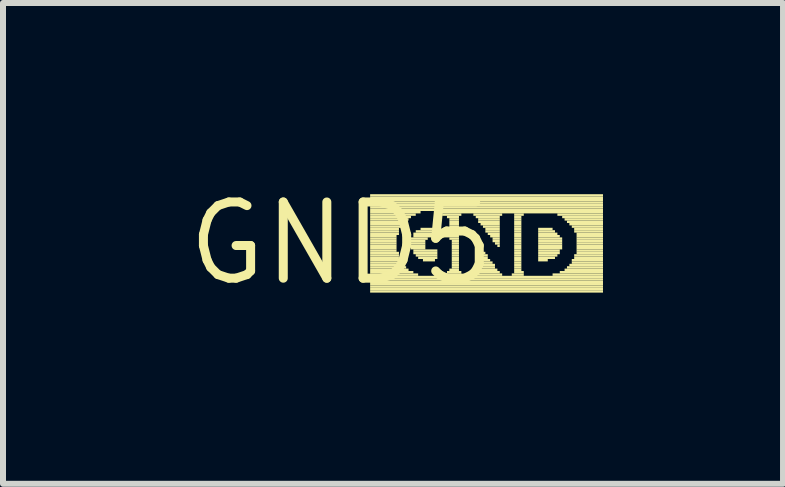
<source format=kicad_pcb>
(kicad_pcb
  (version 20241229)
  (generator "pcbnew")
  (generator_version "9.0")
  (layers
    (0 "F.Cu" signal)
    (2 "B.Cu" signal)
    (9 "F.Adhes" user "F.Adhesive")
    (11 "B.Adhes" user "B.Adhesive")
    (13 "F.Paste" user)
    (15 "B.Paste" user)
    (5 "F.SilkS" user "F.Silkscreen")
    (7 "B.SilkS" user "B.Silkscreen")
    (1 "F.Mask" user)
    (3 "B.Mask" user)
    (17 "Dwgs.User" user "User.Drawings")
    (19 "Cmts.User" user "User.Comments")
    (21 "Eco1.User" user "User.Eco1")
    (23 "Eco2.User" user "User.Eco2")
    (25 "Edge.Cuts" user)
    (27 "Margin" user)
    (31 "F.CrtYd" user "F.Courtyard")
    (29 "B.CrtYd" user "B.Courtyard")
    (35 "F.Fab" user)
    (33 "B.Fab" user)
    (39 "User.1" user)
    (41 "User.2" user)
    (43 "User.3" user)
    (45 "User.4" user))
  (footprint "GND5"
    (layer "F.Cu")
    (at 2.638 1.006)
    (property "Reference" "GND5" (at 0 0 0) (layer "F.SilkS") (effects (font (size 1.27 1.27) (thickness 0.15))))
    (attr through_hole)
    (fp_poly (pts (xy 0.48 -0.78) (xy 4.36 -0.78) (xy 4.36 -0.82) (xy 0.48 -0.82)) (stroke (width 0) (type solid)) (fill yes) (layer "F.SilkS"))
    (fp_poly (pts (xy 0.48 -0.74) (xy 4.36 -0.74) (xy 4.36 -0.78) (xy 0.48 -0.78)) (stroke (width 0) (type solid)) (fill yes) (layer "F.SilkS"))
    (fp_poly (pts (xy 0.48 -0.7) (xy 4.36 -0.7) (xy 4.36 -0.74) (xy 0.48 -0.74)) (stroke (width 0) (type solid)) (fill yes) (layer "F.SilkS"))
    (fp_poly (pts (xy 0.48 -0.66) (xy 4.36 -0.66) (xy 4.36 -0.7) (xy 0.48 -0.7)) (stroke (width 0) (type solid)) (fill yes) (layer "F.SilkS"))
    (fp_poly (pts (xy 0.48 -0.62) (xy 4.36 -0.62) (xy 4.36 -0.66) (xy 0.48 -0.66)) (stroke (width 0) (type solid)) (fill yes) (layer "F.SilkS"))
    (fp_poly (pts (xy 0.48 -0.58) (xy 4.36 -0.58) (xy 4.36 -0.62) (xy 0.48 -0.62)) (stroke (width 0) (type solid)) (fill yes) (layer "F.SilkS"))
    (fp_poly (pts (xy 0.48 -0.54) (xy 4.36 -0.54) (xy 4.36 -0.58) (xy 0.48 -0.58)) (stroke (width 0) (type solid)) (fill yes) (layer "F.SilkS"))
    (fp_poly (pts (xy 0.48 -0.5) (xy 1.32 -0.5) (xy 1.32 -0.54) (xy 0.48 -0.54)) (stroke (width 0) (type solid)) (fill yes) (layer "F.SilkS"))
    (fp_poly (pts (xy 0.48 -0.46) (xy 1.24 -0.46) (xy 1.24 -0.5) (xy 0.48 -0.5)) (stroke (width 0) (type solid)) (fill yes) (layer "F.SilkS"))
    (fp_poly (pts (xy 0.48 -0.42) (xy 1.16 -0.42) (xy 1.16 -0.46) (xy 0.48 -0.46)) (stroke (width 0) (type solid)) (fill yes) (layer "F.SilkS"))
    (fp_poly (pts (xy 0.48 -0.38) (xy 1.12 -0.38) (xy 1.12 -0.42) (xy 0.48 -0.42)) (stroke (width 0) (type solid)) (fill yes) (layer "F.SilkS"))
    (fp_poly (pts (xy 0.48 -0.34) (xy 1.04 -0.34) (xy 1.04 -0.38) (xy 0.48 -0.38)) (stroke (width 0) (type solid)) (fill yes) (layer "F.SilkS"))
    (fp_poly (pts (xy 0.48 -0.3) (xy 1.04 -0.3) (xy 1.04 -0.34) (xy 0.48 -0.34)) (stroke (width 0) (type solid)) (fill yes) (layer "F.SilkS"))
    (fp_poly (pts (xy 0.48 -0.26) (xy 1 -0.26) (xy 1 -0.3) (xy 0.48 -0.3)) (stroke (width 0) (type solid)) (fill yes) (layer "F.SilkS"))
    (fp_poly (pts (xy 0.48 -0.22) (xy 0.96 -0.22) (xy 0.96 -0.26) (xy 0.48 -0.26)) (stroke (width 0) (type solid)) (fill yes) (layer "F.SilkS"))
    (fp_poly (pts (xy 0.48 -0.18) (xy 0.96 -0.18) (xy 0.96 -0.22) (xy 0.48 -0.22)) (stroke (width 0) (type solid)) (fill yes) (layer "F.SilkS"))
    (fp_poly (pts (xy 0.48 -0.14) (xy 0.96 -0.14) (xy 0.96 -0.18) (xy 0.48 -0.18)) (stroke (width 0) (type solid)) (fill yes) (layer "F.SilkS"))
    (fp_poly (pts (xy 0.48 -0.1) (xy 0.92 -0.1) (xy 0.92 -0.14) (xy 0.48 -0.14)) (stroke (width 0) (type solid)) (fill yes) (layer "F.SilkS"))
    (fp_poly (pts (xy 0.48 -0.06) (xy 0.92 -0.06) (xy 0.92 -0.1) (xy 0.48 -0.1)) (stroke (width 0) (type solid)) (fill yes) (layer "F.SilkS"))
    (fp_poly (pts (xy 0.48 -0.02) (xy 0.92 -0.02) (xy 0.92 -0.06) (xy 0.48 -0.06)) (stroke (width 0) (type solid)) (fill yes) (layer "F.SilkS"))
    (fp_poly (pts (xy 0.48 0.02) (xy 0.92 0.02) (xy 0.92 -0.02) (xy 0.48 -0.02)) (stroke (width 0) (type solid)) (fill yes) (layer "F.SilkS"))
    (fp_poly (pts (xy 0.48 0.06) (xy 0.92 0.06) (xy 0.92 0.02) (xy 0.48 0.02)) (stroke (width 0) (type solid)) (fill yes) (layer "F.SilkS"))
    (fp_poly (pts (xy 0.48 0.1) (xy 0.92 0.1) (xy 0.92 0.06) (xy 0.48 0.06)) (stroke (width 0) (type solid)) (fill yes) (layer "F.SilkS"))
    (fp_poly (pts (xy 0.48 0.14) (xy 0.92 0.14) (xy 0.92 0.1) (xy 0.48 0.1)) (stroke (width 0) (type solid)) (fill yes) (layer "F.SilkS"))
    (fp_poly (pts (xy 0.48 0.18) (xy 0.96 0.18) (xy 0.96 0.14) (xy 0.48 0.14)) (stroke (width 0) (type solid)) (fill yes) (layer "F.SilkS"))
    (fp_poly (pts (xy 0.48 0.22) (xy 0.96 0.22) (xy 0.96 0.18) (xy 0.48 0.18)) (stroke (width 0) (type solid)) (fill yes) (layer "F.SilkS"))
    (fp_poly (pts (xy 0.48 0.26) (xy 0.96 0.26) (xy 0.96 0.22) (xy 0.48 0.22)) (stroke (width 0) (type solid)) (fill yes) (layer "F.SilkS"))
    (fp_poly (pts (xy 0.48 0.3) (xy 1 0.3) (xy 1 0.26) (xy 0.48 0.26)) (stroke (width 0) (type solid)) (fill yes) (layer "F.SilkS"))
    (fp_poly (pts (xy 0.48 0.34) (xy 1 0.34) (xy 1 0.3) (xy 0.48 0.3)) (stroke (width 0) (type solid)) (fill yes) (layer "F.SilkS"))
    (fp_poly (pts (xy 0.48 0.38) (xy 1.04 0.38) (xy 1.04 0.34) (xy 0.48 0.34)) (stroke (width 0) (type solid)) (fill yes) (layer "F.SilkS"))
    (fp_poly (pts (xy 0.48 0.42) (xy 1.08 0.42) (xy 1.08 0.38) (xy 0.48 0.38)) (stroke (width 0) (type solid)) (fill yes) (layer "F.SilkS"))
    (fp_poly (pts (xy 0.48 0.46) (xy 1.12 0.46) (xy 1.12 0.42) (xy 0.48 0.42)) (stroke (width 0) (type solid)) (fill yes) (layer "F.SilkS"))
    (fp_poly (pts (xy 0.48 0.5) (xy 1.2 0.5) (xy 1.2 0.46) (xy 0.48 0.46)) (stroke (width 0) (type solid)) (fill yes) (layer "F.SilkS"))
    (fp_poly (pts (xy 0.48 0.54) (xy 1.28 0.54) (xy 1.28 0.5) (xy 0.48 0.5)) (stroke (width 0) (type solid)) (fill yes) (layer "F.SilkS"))
    (fp_poly (pts (xy 0.48 0.58) (xy 4.36 0.58) (xy 4.36 0.54) (xy 0.48 0.54)) (stroke (width 0) (type solid)) (fill yes) (layer "F.SilkS"))
    (fp_poly (pts (xy 0.48 0.62) (xy 4.36 0.62) (xy 4.36 0.58) (xy 0.48 0.58)) (stroke (width 0) (type solid)) (fill yes) (layer "F.SilkS"))
    (fp_poly (pts (xy 0.48 0.66) (xy 4.36 0.66) (xy 4.36 0.62) (xy 0.48 0.62)) (stroke (width 0) (type solid)) (fill yes) (layer "F.SilkS"))
    (fp_poly (pts (xy 0.48 0.7) (xy 4.36 0.7) (xy 4.36 0.66) (xy 0.48 0.66)) (stroke (width 0) (type solid)) (fill yes) (layer "F.SilkS"))
    (fp_poly (pts (xy 0.48 0.74) (xy 4.36 0.74) (xy 4.36 0.7) (xy 0.48 0.7)) (stroke (width 0) (type solid)) (fill yes) (layer "F.SilkS"))
    (fp_poly (pts (xy 0.48 0.78) (xy 4.36 0.78) (xy 4.36 0.74) (xy 0.48 0.74)) (stroke (width 0) (type solid)) (fill yes) (layer "F.SilkS"))
    (fp_poly (pts (xy 0.48 0.82) (xy 4.36 0.82) (xy 4.36 0.78) (xy 0.48 0.78)) (stroke (width 0) (type solid)) (fill yes) (layer "F.SilkS"))
    (fp_poly (pts (xy 1.16 -0.06) (xy 1.44 -0.06) (xy 1.44 -0.1) (xy 1.16 -0.1)) (stroke (width 0) (type solid)) (fill yes) (layer "F.SilkS"))
    (fp_poly (pts (xy 1.16 -0.02) (xy 1.4 -0.02) (xy 1.4 -0.06) (xy 1.16 -0.06)) (stroke (width 0) (type solid)) (fill yes) (layer "F.SilkS"))
    (fp_poly (pts (xy 1.16 0.02) (xy 1.4 0.02) (xy 1.4 -0.02) (xy 1.16 -0.02)) (stroke (width 0) (type solid)) (fill yes) (layer "F.SilkS"))
    (fp_poly (pts (xy 1.16 0.06) (xy 1.4 0.06) (xy 1.4 0.02) (xy 1.16 0.02)) (stroke (width 0) (type solid)) (fill yes) (layer "F.SilkS"))
    (fp_poly (pts (xy 1.16 0.1) (xy 1.4 0.1) (xy 1.4 0.06) (xy 1.16 0.06)) (stroke (width 0) (type solid)) (fill yes) (layer "F.SilkS"))
    (fp_poly (pts (xy 1.2 -0.14) (xy 1.96 -0.14) (xy 1.96 -0.18) (xy 1.2 -0.18)) (stroke (width 0) (type solid)) (fill yes) (layer "F.SilkS"))
    (fp_poly (pts (xy 1.2 -0.1) (xy 1.96 -0.1) (xy 1.96 -0.14) (xy 1.2 -0.14)) (stroke (width 0) (type solid)) (fill yes) (layer "F.SilkS"))
    (fp_poly (pts (xy 1.2 0.14) (xy 1.6 0.14) (xy 1.6 0.1) (xy 1.2 0.1)) (stroke (width 0) (type solid)) (fill yes) (layer "F.SilkS"))
    (fp_poly (pts (xy 1.2 0.18) (xy 1.6 0.18) (xy 1.6 0.14) (xy 1.2 0.14)) (stroke (width 0) (type solid)) (fill yes) (layer "F.SilkS"))
    (fp_poly (pts (xy 1.24 -0.18) (xy 1.96 -0.18) (xy 1.96 -0.22) (xy 1.24 -0.22)) (stroke (width 0) (type solid)) (fill yes) (layer "F.SilkS"))
    (fp_poly (pts (xy 1.24 0.22) (xy 1.6 0.22) (xy 1.6 0.18) (xy 1.24 0.18)) (stroke (width 0) (type solid)) (fill yes) (layer "F.SilkS"))
    (fp_poly (pts (xy 1.28 0.26) (xy 1.6 0.26) (xy 1.6 0.22) (xy 1.28 0.22)) (stroke (width 0) (type solid)) (fill yes) (layer "F.SilkS"))
    (fp_poly (pts (xy 1.32 -0.22) (xy 1.6 -0.22) (xy 1.6 -0.26) (xy 1.32 -0.26)) (stroke (width 0) (type solid)) (fill yes) (layer "F.SilkS"))
    (fp_poly (pts (xy 1.36 0.3) (xy 1.56 0.3) (xy 1.56 0.26) (xy 1.36 0.26)) (stroke (width 0) (type solid)) (fill yes) (layer "F.SilkS"))
    (fp_poly (pts (xy 1.56 -0.5) (xy 4.36 -0.5) (xy 4.36 -0.54) (xy 1.56 -0.54)) (stroke (width 0) (type solid)) (fill yes) (layer "F.SilkS"))
    (fp_poly (pts (xy 1.68 -0.46) (xy 2 -0.46) (xy 2 -0.5) (xy 1.68 -0.5)) (stroke (width 0) (type solid)) (fill yes) (layer "F.SilkS"))
    (fp_poly (pts (xy 1.68 0.54) (xy 2 0.54) (xy 2 0.5) (xy 1.68 0.5)) (stroke (width 0) (type solid)) (fill yes) (layer "F.SilkS"))
    (fp_poly (pts (xy 1.76 -0.42) (xy 1.96 -0.42) (xy 1.96 -0.46) (xy 1.76 -0.46)) (stroke (width 0) (type solid)) (fill yes) (layer "F.SilkS"))
    (fp_poly (pts (xy 1.76 -0.22) (xy 1.96 -0.22) (xy 1.96 -0.26) (xy 1.76 -0.26)) (stroke (width 0) (type solid)) (fill yes) (layer "F.SilkS"))
    (fp_poly (pts (xy 1.76 0.5) (xy 2 0.5) (xy 2 0.46) (xy 1.76 0.46)) (stroke (width 0) (type solid)) (fill yes) (layer "F.SilkS"))
    (fp_poly (pts (xy 1.8 -0.38) (xy 1.96 -0.38) (xy 1.96 -0.42) (xy 1.8 -0.42)) (stroke (width 0) (type solid)) (fill yes) (layer "F.SilkS"))
    (fp_poly (pts (xy 1.8 -0.34) (xy 1.96 -0.34) (xy 1.96 -0.38) (xy 1.8 -0.38)) (stroke (width 0) (type solid)) (fill yes) (layer "F.SilkS"))
    (fp_poly (pts (xy 1.8 -0.3) (xy 1.96 -0.3) (xy 1.96 -0.34) (xy 1.8 -0.34)) (stroke (width 0) (type solid)) (fill yes) (layer "F.SilkS"))
    (fp_poly (pts (xy 1.8 -0.26) (xy 1.96 -0.26) (xy 1.96 -0.3) (xy 1.8 -0.3)) (stroke (width 0) (type solid)) (fill yes) (layer "F.SilkS"))
    (fp_poly (pts (xy 1.8 -0.06) (xy 1.96 -0.06) (xy 1.96 -0.1) (xy 1.8 -0.1)) (stroke (width 0) (type solid)) (fill yes) (layer "F.SilkS"))
    (fp_poly (pts (xy 1.8 0.46) (xy 1.96 0.46) (xy 1.96 0.42) (xy 1.8 0.42)) (stroke (width 0) (type solid)) (fill yes) (layer "F.SilkS"))
    (fp_poly (pts (xy 1.84 -0.02) (xy 1.96 -0.02) (xy 1.96 -0.06) (xy 1.84 -0.06)) (stroke (width 0) (type solid)) (fill yes) (layer "F.SilkS"))
    (fp_poly (pts (xy 1.84 0.02) (xy 1.96 0.02) (xy 1.96 -0.02) (xy 1.84 -0.02)) (stroke (width 0) (type solid)) (fill yes) (layer "F.SilkS"))
    (fp_poly (pts (xy 1.84 0.06) (xy 1.96 0.06) (xy 1.96 0.02) (xy 1.84 0.02)) (stroke (width 0) (type solid)) (fill yes) (layer "F.SilkS"))
    (fp_poly (pts (xy 1.84 0.1) (xy 1.96 0.1) (xy 1.96 0.06) (xy 1.84 0.06)) (stroke (width 0) (type solid)) (fill yes) (layer "F.SilkS"))
    (fp_poly (pts (xy 1.84 0.14) (xy 1.96 0.14) (xy 1.96 0.1) (xy 1.84 0.1)) (stroke (width 0) (type solid)) (fill yes) (layer "F.SilkS"))
    (fp_poly (pts (xy 1.84 0.18) (xy 1.96 0.18) (xy 1.96 0.14) (xy 1.84 0.14)) (stroke (width 0) (type solid)) (fill yes) (layer "F.SilkS"))
    (fp_poly (pts (xy 1.84 0.22) (xy 1.96 0.22) (xy 1.96 0.18) (xy 1.84 0.18)) (stroke (width 0) (type solid)) (fill yes) (layer "F.SilkS"))
    (fp_poly (pts (xy 1.84 0.26) (xy 1.96 0.26) (xy 1.96 0.22) (xy 1.84 0.22)) (stroke (width 0) (type solid)) (fill yes) (layer "F.SilkS"))
    (fp_poly (pts (xy 1.84 0.3) (xy 1.96 0.3) (xy 1.96 0.26) (xy 1.84 0.26)) (stroke (width 0) (type solid)) (fill yes) (layer "F.SilkS"))
    (fp_poly (pts (xy 1.84 0.34) (xy 1.96 0.34) (xy 1.96 0.3) (xy 1.84 0.3)) (stroke (width 0) (type solid)) (fill yes) (layer "F.SilkS"))
    (fp_poly (pts (xy 1.84 0.38) (xy 1.96 0.38) (xy 1.96 0.34) (xy 1.84 0.34)) (stroke (width 0) (type solid)) (fill yes) (layer "F.SilkS"))
    (fp_poly (pts (xy 1.84 0.42) (xy 1.96 0.42) (xy 1.96 0.38) (xy 1.84 0.38)) (stroke (width 0) (type solid)) (fill yes) (layer "F.SilkS"))
    (fp_poly (pts (xy 2.2 -0.46) (xy 2.68 -0.46) (xy 2.68 -0.5) (xy 2.2 -0.5)) (stroke (width 0) (type solid)) (fill yes) (layer "F.SilkS"))
    (fp_poly (pts (xy 2.2 0.5) (xy 2.64 0.5) (xy 2.64 0.46) (xy 2.2 0.46)) (stroke (width 0) (type solid)) (fill yes) (layer "F.SilkS"))
    (fp_poly (pts (xy 2.2 0.54) (xy 2.68 0.54) (xy 2.68 0.5) (xy 2.2 0.5)) (stroke (width 0) (type solid)) (fill yes) (layer "F.SilkS"))
    (fp_poly (pts (xy 2.24 -0.42) (xy 2.64 -0.42) (xy 2.64 -0.46) (xy 2.24 -0.46)) (stroke (width 0) (type solid)) (fill yes) (layer "F.SilkS"))
    (fp_poly (pts (xy 2.24 0.02) (xy 2.28 0.02) (xy 2.28 -0.02) (xy 2.24 -0.02)) (stroke (width 0) (type solid)) (fill yes) (layer "F.SilkS"))
    (fp_poly (pts (xy 2.24 0.06) (xy 2.32 0.06) (xy 2.32 0.02) (xy 2.24 0.02)) (stroke (width 0) (type solid)) (fill yes) (layer "F.SilkS"))
    (fp_poly (pts (xy 2.24 0.1) (xy 2.32 0.1) (xy 2.32 0.06) (xy 2.24 0.06)) (stroke (width 0) (type solid)) (fill yes) (layer "F.SilkS"))
    (fp_poly (pts (xy 2.24 0.14) (xy 2.36 0.14) (xy 2.36 0.1) (xy 2.24 0.1)) (stroke (width 0) (type solid)) (fill yes) (layer "F.SilkS"))
    (fp_poly (pts (xy 2.24 0.18) (xy 2.4 0.18) (xy 2.4 0.14) (xy 2.24 0.14)) (stroke (width 0) (type solid)) (fill yes) (layer "F.SilkS"))
    (fp_poly (pts (xy 2.24 0.22) (xy 2.44 0.22) (xy 2.44 0.18) (xy 2.24 0.18)) (stroke (width 0) (type solid)) (fill yes) (layer "F.SilkS"))
    (fp_poly (pts (xy 2.24 0.26) (xy 2.44 0.26) (xy 2.44 0.22) (xy 2.24 0.22)) (stroke (width 0) (type solid)) (fill yes) (layer "F.SilkS"))
    (fp_poly (pts (xy 2.24 0.3) (xy 2.48 0.3) (xy 2.48 0.26) (xy 2.24 0.26)) (stroke (width 0) (type solid)) (fill yes) (layer "F.SilkS"))
    (fp_poly (pts (xy 2.24 0.34) (xy 2.52 0.34) (xy 2.52 0.3) (xy 2.24 0.3)) (stroke (width 0) (type solid)) (fill yes) (layer "F.SilkS"))
    (fp_poly (pts (xy 2.24 0.38) (xy 2.56 0.38) (xy 2.56 0.34) (xy 2.24 0.34)) (stroke (width 0) (type solid)) (fill yes) (layer "F.SilkS"))
    (fp_poly (pts (xy 2.24 0.42) (xy 2.56 0.42) (xy 2.56 0.38) (xy 2.24 0.38)) (stroke (width 0) (type solid)) (fill yes) (layer "F.SilkS"))
    (fp_poly (pts (xy 2.24 0.46) (xy 2.6 0.46) (xy 2.6 0.42) (xy 2.24 0.42)) (stroke (width 0) (type solid)) (fill yes) (layer "F.SilkS"))
    (fp_poly (pts (xy 2.28 -0.38) (xy 2.64 -0.38) (xy 2.64 -0.42) (xy 2.28 -0.42)) (stroke (width 0) (type solid)) (fill yes) (layer "F.SilkS"))
    (fp_poly (pts (xy 2.28 -0.34) (xy 2.64 -0.34) (xy 2.64 -0.38) (xy 2.28 -0.38)) (stroke (width 0) (type solid)) (fill yes) (layer "F.SilkS"))
    (fp_poly (pts (xy 2.32 -0.3) (xy 2.64 -0.3) (xy 2.64 -0.34) (xy 2.32 -0.34)) (stroke (width 0) (type solid)) (fill yes) (layer "F.SilkS"))
    (fp_poly (pts (xy 2.36 -0.26) (xy 2.64 -0.26) (xy 2.64 -0.3) (xy 2.36 -0.3)) (stroke (width 0) (type solid)) (fill yes) (layer "F.SilkS"))
    (fp_poly (pts (xy 2.4 -0.22) (xy 2.64 -0.22) (xy 2.64 -0.26) (xy 2.4 -0.26)) (stroke (width 0) (type solid)) (fill yes) (layer "F.SilkS"))
    (fp_poly (pts (xy 2.4 -0.18) (xy 2.64 -0.18) (xy 2.64 -0.22) (xy 2.4 -0.22)) (stroke (width 0) (type solid)) (fill yes) (layer "F.SilkS"))
    (fp_poly (pts (xy 2.44 -0.14) (xy 2.64 -0.14) (xy 2.64 -0.18) (xy 2.44 -0.18)) (stroke (width 0) (type solid)) (fill yes) (layer "F.SilkS"))
    (fp_poly (pts (xy 2.48 -0.1) (xy 2.64 -0.1) (xy 2.64 -0.14) (xy 2.48 -0.14)) (stroke (width 0) (type solid)) (fill yes) (layer "F.SilkS"))
    (fp_poly (pts (xy 2.52 -0.06) (xy 2.64 -0.06) (xy 2.64 -0.1) (xy 2.52 -0.1)) (stroke (width 0) (type solid)) (fill yes) (layer "F.SilkS"))
    (fp_poly (pts (xy 2.52 -0.02) (xy 2.64 -0.02) (xy 2.64 -0.06) (xy 2.52 -0.06)) (stroke (width 0) (type solid)) (fill yes) (layer "F.SilkS"))
    (fp_poly (pts (xy 2.56 0.02) (xy 2.64 0.02) (xy 2.64 -0.02) (xy 2.56 -0.02)) (stroke (width 0) (type solid)) (fill yes) (layer "F.SilkS"))
    (fp_poly (pts (xy 2.6 0.06) (xy 2.64 0.06) (xy 2.64 0.02) (xy 2.6 0.02)) (stroke (width 0) (type solid)) (fill yes) (layer "F.SilkS"))
    (fp_poly (pts (xy 2.84 0.54) (xy 3.04 0.54) (xy 3.04 0.5) (xy 2.84 0.5)) (stroke (width 0) (type solid)) (fill yes) (layer "F.SilkS"))
    (fp_poly (pts (xy 2.88 -0.46) (xy 3.04 -0.46) (xy 3.04 -0.5) (xy 2.88 -0.5)) (stroke (width 0) (type solid)) (fill yes) (layer "F.SilkS"))
    (fp_poly (pts (xy 2.88 -0.42) (xy 3 -0.42) (xy 3 -0.46) (xy 2.88 -0.46)) (stroke (width 0) (type solid)) (fill yes) (layer "F.SilkS"))
    (fp_poly (pts (xy 2.88 -0.38) (xy 3 -0.38) (xy 3 -0.42) (xy 2.88 -0.42)) (stroke (width 0) (type solid)) (fill yes) (layer "F.SilkS"))
    (fp_poly (pts (xy 2.88 -0.34) (xy 3 -0.34) (xy 3 -0.38) (xy 2.88 -0.38)) (stroke (width 0) (type solid)) (fill yes) (layer "F.SilkS"))
    (fp_poly (pts (xy 2.88 -0.3) (xy 3 -0.3) (xy 3 -0.34) (xy 2.88 -0.34)) (stroke (width 0) (type solid)) (fill yes) (layer "F.SilkS"))
    (fp_poly (pts (xy 2.88 -0.26) (xy 3 -0.26) (xy 3 -0.3) (xy 2.88 -0.3)) (stroke (width 0) (type solid)) (fill yes) (layer "F.SilkS"))
    (fp_poly (pts (xy 2.88 -0.22) (xy 3 -0.22) (xy 3 -0.26) (xy 2.88 -0.26)) (stroke (width 0) (type solid)) (fill yes) (layer "F.SilkS"))
    (fp_poly (pts (xy 2.88 -0.18) (xy 3 -0.18) (xy 3 -0.22) (xy 2.88 -0.22)) (stroke (width 0) (type solid)) (fill yes) (layer "F.SilkS"))
    (fp_poly (pts (xy 2.88 -0.14) (xy 3 -0.14) (xy 3 -0.18) (xy 2.88 -0.18)) (stroke (width 0) (type solid)) (fill yes) (layer "F.SilkS"))
    (fp_poly (pts (xy 2.88 -0.1) (xy 3 -0.1) (xy 3 -0.14) (xy 2.88 -0.14)) (stroke (width 0) (type solid)) (fill yes) (layer "F.SilkS"))
    (fp_poly (pts (xy 2.88 -0.06) (xy 3 -0.06) (xy 3 -0.1) (xy 2.88 -0.1)) (stroke (width 0) (type solid)) (fill yes) (layer "F.SilkS"))
    (fp_poly (pts (xy 2.88 -0.02) (xy 3 -0.02) (xy 3 -0.06) (xy 2.88 -0.06)) (stroke (width 0) (type solid)) (fill yes) (layer "F.SilkS"))
    (fp_poly (pts (xy 2.88 0.02) (xy 3 0.02) (xy 3 -0.02) (xy 2.88 -0.02)) (stroke (width 0) (type solid)) (fill yes) (layer "F.SilkS"))
    (fp_poly (pts (xy 2.88 0.06) (xy 3 0.06) (xy 3 0.02) (xy 2.88 0.02)) (stroke (width 0) (type solid)) (fill yes) (layer "F.SilkS"))
    (fp_poly (pts (xy 2.88 0.1) (xy 3 0.1) (xy 3 0.06) (xy 2.88 0.06)) (stroke (width 0) (type solid)) (fill yes) (layer "F.SilkS"))
    (fp_poly (pts (xy 2.88 0.14) (xy 3 0.14) (xy 3 0.1) (xy 2.88 0.1)) (stroke (width 0) (type solid)) (fill yes) (layer "F.SilkS"))
    (fp_poly (pts (xy 2.88 0.18) (xy 3 0.18) (xy 3 0.14) (xy 2.88 0.14)) (stroke (width 0) (type solid)) (fill yes) (layer "F.SilkS"))
    (fp_poly (pts (xy 2.88 0.22) (xy 3 0.22) (xy 3 0.18) (xy 2.88 0.18)) (stroke (width 0) (type solid)) (fill yes) (layer "F.SilkS"))
    (fp_poly (pts (xy 2.88 0.26) (xy 3 0.26) (xy 3 0.22) (xy 2.88 0.22)) (stroke (width 0) (type solid)) (fill yes) (layer "F.SilkS"))
    (fp_poly (pts (xy 2.88 0.3) (xy 3 0.3) (xy 3 0.26) (xy 2.88 0.26)) (stroke (width 0) (type solid)) (fill yes) (layer "F.SilkS"))
    (fp_poly (pts (xy 2.88 0.34) (xy 3 0.34) (xy 3 0.3) (xy 2.88 0.3)) (stroke (width 0) (type solid)) (fill yes) (layer "F.SilkS"))
    (fp_poly (pts (xy 2.88 0.38) (xy 3 0.38) (xy 3 0.34) (xy 2.88 0.34)) (stroke (width 0) (type solid)) (fill yes) (layer "F.SilkS"))
    (fp_poly (pts (xy 2.88 0.42) (xy 3 0.42) (xy 3 0.38) (xy 2.88 0.38)) (stroke (width 0) (type solid)) (fill yes) (layer "F.SilkS"))
    (fp_poly (pts (xy 2.88 0.46) (xy 3 0.46) (xy 3 0.42) (xy 2.88 0.42)) (stroke (width 0) (type solid)) (fill yes) (layer "F.SilkS"))
    (fp_poly (pts (xy 2.88 0.5) (xy 3.04 0.5) (xy 3.04 0.46) (xy 2.88 0.46)) (stroke (width 0) (type solid)) (fill yes) (layer "F.SilkS"))
    (fp_poly (pts (xy 3.28 -0.22) (xy 3.52 -0.22) (xy 3.52 -0.26) (xy 3.28 -0.26)) (stroke (width 0) (type solid)) (fill yes) (layer "F.SilkS"))
    (fp_poly (pts (xy 3.28 -0.18) (xy 3.56 -0.18) (xy 3.56 -0.22) (xy 3.28 -0.22)) (stroke (width 0) (type solid)) (fill yes) (layer "F.SilkS"))
    (fp_poly (pts (xy 3.28 -0.14) (xy 3.6 -0.14) (xy 3.6 -0.18) (xy 3.28 -0.18)) (stroke (width 0) (type solid)) (fill yes) (layer "F.SilkS"))
    (fp_poly (pts (xy 3.28 -0.1) (xy 3.64 -0.1) (xy 3.64 -0.14) (xy 3.28 -0.14)) (stroke (width 0) (type solid)) (fill yes) (layer "F.SilkS"))
    (fp_poly (pts (xy 3.28 -0.06) (xy 3.68 -0.06) (xy 3.68 -0.1) (xy 3.28 -0.1)) (stroke (width 0) (type solid)) (fill yes) (layer "F.SilkS"))
    (fp_poly (pts (xy 3.28 -0.02) (xy 3.68 -0.02) (xy 3.68 -0.06) (xy 3.28 -0.06)) (stroke (width 0) (type solid)) (fill yes) (layer "F.SilkS"))
    (fp_poly (pts (xy 3.28 0.02) (xy 3.68 0.02) (xy 3.68 -0.02) (xy 3.28 -0.02)) (stroke (width 0) (type solid)) (fill yes) (layer "F.SilkS"))
    (fp_poly (pts (xy 3.28 0.06) (xy 3.68 0.06) (xy 3.68 0.02) (xy 3.28 0.02)) (stroke (width 0) (type solid)) (fill yes) (layer "F.SilkS"))
    (fp_poly (pts (xy 3.28 0.1) (xy 3.68 0.1) (xy 3.68 0.06) (xy 3.28 0.06)) (stroke (width 0) (type solid)) (fill yes) (layer "F.SilkS"))
    (fp_poly (pts (xy 3.28 0.14) (xy 3.64 0.14) (xy 3.64 0.1) (xy 3.28 0.1)) (stroke (width 0) (type solid)) (fill yes) (layer "F.SilkS"))
    (fp_poly (pts (xy 3.28 0.18) (xy 3.64 0.18) (xy 3.64 0.14) (xy 3.28 0.14)) (stroke (width 0) (type solid)) (fill yes) (layer "F.SilkS"))
    (fp_poly (pts (xy 3.28 0.22) (xy 3.6 0.22) (xy 3.6 0.18) (xy 3.28 0.18)) (stroke (width 0) (type solid)) (fill yes) (layer "F.SilkS"))
    (fp_poly (pts (xy 3.28 0.26) (xy 3.56 0.26) (xy 3.56 0.22) (xy 3.28 0.22)) (stroke (width 0) (type solid)) (fill yes) (layer "F.SilkS"))
    (fp_poly (pts (xy 3.28 0.3) (xy 3.44 0.3) (xy 3.44 0.26) (xy 3.28 0.26)) (stroke (width 0) (type solid)) (fill yes) (layer "F.SilkS"))
    (fp_poly (pts (xy 3.52 0.54) (xy 4.36 0.54) (xy 4.36 0.5) (xy 3.52 0.5)) (stroke (width 0) (type solid)) (fill yes) (layer "F.SilkS"))
    (fp_poly (pts (xy 3.6 -0.46) (xy 4.36 -0.46) (xy 4.36 -0.5) (xy 3.6 -0.5)) (stroke (width 0) (type solid)) (fill yes) (layer "F.SilkS"))
    (fp_poly (pts (xy 3.64 0.5) (xy 4.36 0.5) (xy 4.36 0.46) (xy 3.64 0.46)) (stroke (width 0) (type solid)) (fill yes) (layer "F.SilkS"))
    (fp_poly (pts (xy 3.68 -0.42) (xy 4.36 -0.42) (xy 4.36 -0.46) (xy 3.68 -0.46)) (stroke (width 0) (type solid)) (fill yes) (layer "F.SilkS"))
    (fp_poly (pts (xy 3.72 -0.38) (xy 4.36 -0.38) (xy 4.36 -0.42) (xy 3.72 -0.42)) (stroke (width 0) (type solid)) (fill yes) (layer "F.SilkS"))
    (fp_poly (pts (xy 3.72 0.46) (xy 4.36 0.46) (xy 4.36 0.42) (xy 3.72 0.42)) (stroke (width 0) (type solid)) (fill yes) (layer "F.SilkS"))
    (fp_poly (pts (xy 3.76 -0.34) (xy 4.36 -0.34) (xy 4.36 -0.38) (xy 3.76 -0.38)) (stroke (width 0) (type solid)) (fill yes) (layer "F.SilkS"))
    (fp_poly (pts (xy 3.76 0.42) (xy 4.36 0.42) (xy 4.36 0.38) (xy 3.76 0.38)) (stroke (width 0) (type solid)) (fill yes) (layer "F.SilkS"))
    (fp_poly (pts (xy 3.8 -0.3) (xy 4.36 -0.3) (xy 4.36 -0.34) (xy 3.8 -0.34)) (stroke (width 0) (type solid)) (fill yes) (layer "F.SilkS"))
    (fp_poly (pts (xy 3.8 0.38) (xy 4.36 0.38) (xy 4.36 0.34) (xy 3.8 0.34)) (stroke (width 0) (type solid)) (fill yes) (layer "F.SilkS"))
    (fp_poly (pts (xy 3.84 -0.26) (xy 4.36 -0.26) (xy 4.36 -0.3) (xy 3.84 -0.3)) (stroke (width 0) (type solid)) (fill yes) (layer "F.SilkS"))
    (fp_poly (pts (xy 3.84 0.3) (xy 4.36 0.3) (xy 4.36 0.26) (xy 3.84 0.26)) (stroke (width 0) (type solid)) (fill yes) (layer "F.SilkS"))
    (fp_poly (pts (xy 3.84 0.34) (xy 4.36 0.34) (xy 4.36 0.3) (xy 3.84 0.3)) (stroke (width 0) (type solid)) (fill yes) (layer "F.SilkS"))
    (fp_poly (pts (xy 3.88 -0.22) (xy 4.36 -0.22) (xy 4.36 -0.26) (xy 3.88 -0.26)) (stroke (width 0) (type solid)) (fill yes) (layer "F.SilkS"))
    (fp_poly (pts (xy 3.88 -0.18) (xy 4.36 -0.18) (xy 4.36 -0.22) (xy 3.88 -0.22)) (stroke (width 0) (type solid)) (fill yes) (layer "F.SilkS"))
    (fp_poly (pts (xy 3.88 0.22) (xy 4.36 0.22) (xy 4.36 0.18) (xy 3.88 0.18)) (stroke (width 0) (type solid)) (fill yes) (layer "F.SilkS"))
    (fp_poly (pts (xy 3.88 0.26) (xy 4.36 0.26) (xy 4.36 0.22) (xy 3.88 0.22)) (stroke (width 0) (type solid)) (fill yes) (layer "F.SilkS"))
    (fp_poly (pts (xy 3.92 -0.14) (xy 4.36 -0.14) (xy 4.36 -0.18) (xy 3.92 -0.18)) (stroke (width 0) (type solid)) (fill yes) (layer "F.SilkS"))
    (fp_poly (pts (xy 3.92 -0.1) (xy 4.36 -0.1) (xy 4.36 -0.14) (xy 3.92 -0.14)) (stroke (width 0) (type solid)) (fill yes) (layer "F.SilkS"))
    (fp_poly (pts (xy 3.92 -0.06) (xy 4.36 -0.06) (xy 4.36 -0.1) (xy 3.92 -0.1)) (stroke (width 0) (type solid)) (fill yes) (layer "F.SilkS"))
    (fp_poly (pts (xy 3.92 -0.02) (xy 4.36 -0.02) (xy 4.36 -0.06) (xy 3.92 -0.06)) (stroke (width 0) (type solid)) (fill yes) (layer "F.SilkS"))
    (fp_poly (pts (xy 3.92 0.02) (xy 4.36 0.02) (xy 4.36 -0.02) (xy 3.92 -0.02)) (stroke (width 0) (type solid)) (fill yes) (layer "F.SilkS"))
    (fp_poly (pts (xy 3.92 0.06) (xy 4.36 0.06) (xy 4.36 0.02) (xy 3.92 0.02)) (stroke (width 0) (type solid)) (fill yes) (layer "F.SilkS"))
    (fp_poly (pts (xy 3.92 0.1) (xy 4.36 0.1) (xy 4.36 0.06) (xy 3.92 0.06)) (stroke (width 0) (type solid)) (fill yes) (layer "F.SilkS"))
    (fp_poly (pts (xy 3.92 0.14) (xy 4.36 0.14) (xy 4.36 0.1) (xy 3.92 0.1)) (stroke (width 0) (type solid)) (fill yes) (layer "F.SilkS"))
    (fp_poly (pts (xy 3.92 0.18) (xy 4.36 0.18) (xy 4.36 0.14) (xy 3.92 0.14)) (stroke (width 0) (type solid)) (fill yes) (layer "F.SilkS")))
  (gr_rect
    (start -3 -3)
    (end 9.998 5.012)
    (stroke (width 0.1) (type default))
    (fill no)
    (layer "Edge.Cuts")))
</source>
